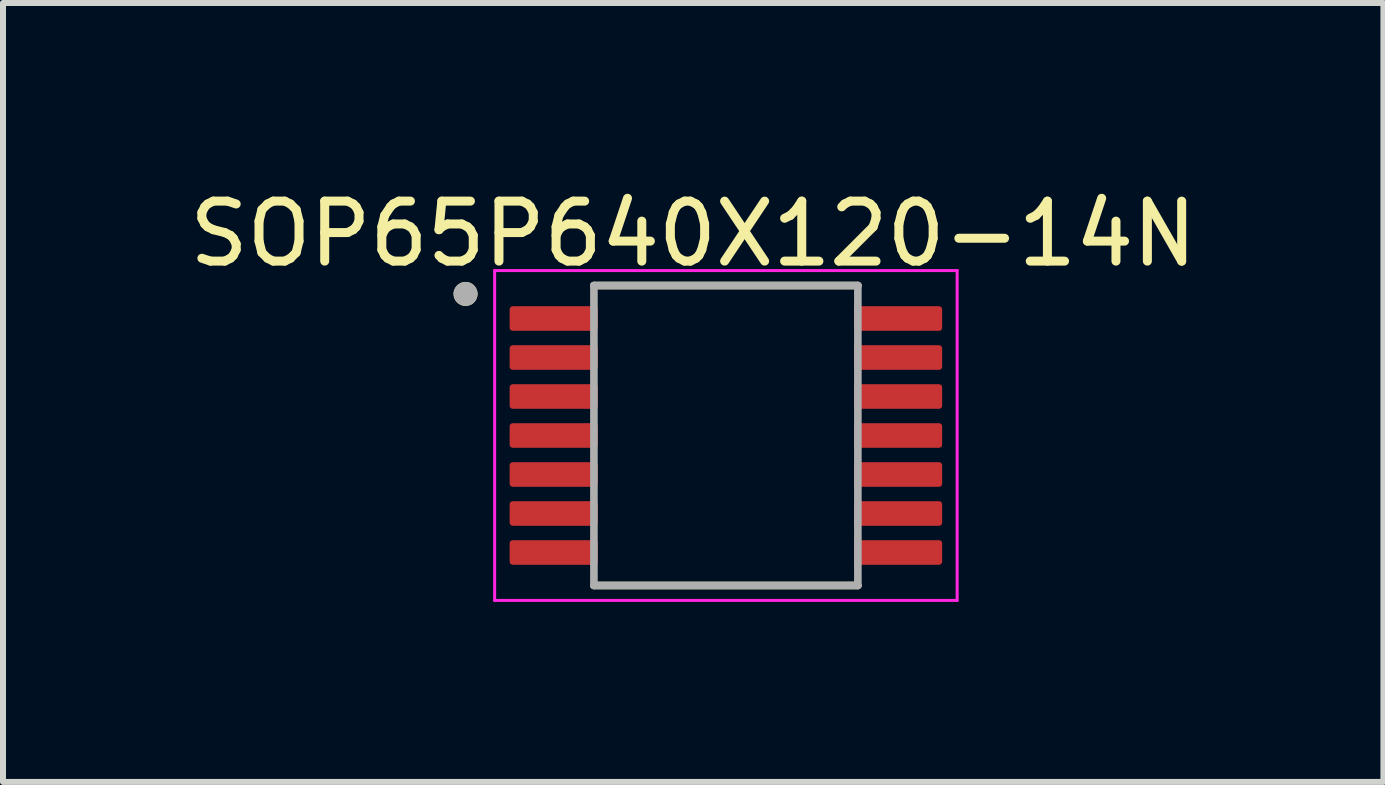
<source format=kicad_pcb>
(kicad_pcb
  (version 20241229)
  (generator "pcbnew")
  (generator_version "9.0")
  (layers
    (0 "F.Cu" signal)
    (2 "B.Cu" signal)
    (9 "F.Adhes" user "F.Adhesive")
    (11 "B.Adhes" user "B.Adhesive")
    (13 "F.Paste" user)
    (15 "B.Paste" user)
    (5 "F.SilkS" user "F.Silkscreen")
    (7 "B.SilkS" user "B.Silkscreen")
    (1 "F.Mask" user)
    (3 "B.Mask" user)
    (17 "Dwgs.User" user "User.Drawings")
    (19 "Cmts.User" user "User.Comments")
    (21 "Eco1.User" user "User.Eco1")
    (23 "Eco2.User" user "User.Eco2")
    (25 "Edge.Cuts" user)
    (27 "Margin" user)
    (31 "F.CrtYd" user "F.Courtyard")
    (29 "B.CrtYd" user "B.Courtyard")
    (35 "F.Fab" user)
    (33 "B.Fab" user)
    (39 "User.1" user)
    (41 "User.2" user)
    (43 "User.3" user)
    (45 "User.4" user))
  (footprint "SOP65P640X120-14N"
    (layer "F.Cu")
    (at 9.051 4.21)
    (property "Reference" "SOP65P640X120-14N" (at -0.545 -3.362 0) (layer "F.SilkS") (effects (font (size 1 1) (thickness 0.15))))
    (attr smd)
    (fp_line (start -2.2 -2.5) (end 2.2 -2.5) (stroke (width 0.127) (type solid)) (layer "F.SilkS"))
    (fp_line (start -2.2 2.5) (end 2.2 2.5) (stroke (width 0.127) (type solid)) (layer "F.SilkS"))
    (fp_circle (center -4.34 -2.36) (end -4.24 -2.36) (stroke (width 0.2) (type solid)) (fill no) (layer "F.SilkS"))
    (fp_line (start -3.855 -2.75) (end -3.855 2.75) (stroke (width 0.05) (type solid)) (layer "F.CrtYd"))
    (fp_line (start -3.855 -2.75) (end 3.855 -2.75) (stroke (width 0.05) (type solid)) (layer "F.CrtYd"))
    (fp_line (start -3.855 2.75) (end 3.855 2.75) (stroke (width 0.05) (type solid)) (layer "F.CrtYd"))
    (fp_line (start 3.855 -2.75) (end 3.855 2.75) (stroke (width 0.05) (type solid)) (layer "F.CrtYd"))
    (fp_line (start -2.2 -2.5) (end -2.2 2.5) (stroke (width 0.127) (type solid)) (layer "F.Fab"))
    (fp_line (start -2.2 -2.5) (end 2.2 -2.5) (stroke (width 0.127) (type solid)) (layer "F.Fab"))
    (fp_line (start -2.2 2.5) (end 2.2 2.5) (stroke (width 0.127) (type solid)) (layer "F.Fab"))
    (fp_line (start 2.2 -2.5) (end 2.2 2.5) (stroke (width 0.127) (type solid)) (layer "F.Fab"))
    (fp_circle (center -4.34 -2.36) (end -4.24 -2.36) (stroke (width 0.2) (type solid)) (fill no) (layer "F.Fab"))
    (pad "1" smd roundrect (at -2.87 -1.95) (size 1.47 0.41) (layers "F.Cu" "F.Mask" "F.Paste") (roundrect_rratio 0.125))
    (pad "2" smd roundrect (at -2.87 -1.3) (size 1.47 0.41) (layers "F.Cu" "F.Mask" "F.Paste") (roundrect_rratio 0.125))
    (pad "3" smd roundrect (at -2.87 -0.65) (size 1.47 0.41) (layers "F.Cu" "F.Mask" "F.Paste") (roundrect_rratio 0.125))
    (pad "4" smd roundrect (at -2.87 0) (size 1.47 0.41) (layers "F.Cu" "F.Mask" "F.Paste") (roundrect_rratio 0.125))
    (pad "5" smd roundrect (at -2.87 0.65) (size 1.47 0.41) (layers "F.Cu" "F.Mask" "F.Paste") (roundrect_rratio 0.125))
    (pad "6" smd roundrect (at -2.87 1.3) (size 1.47 0.41) (layers "F.Cu" "F.Mask" "F.Paste") (roundrect_rratio 0.125))
    (pad "7" smd roundrect (at -2.87 1.95) (size 1.47 0.41) (layers "F.Cu" "F.Mask" "F.Paste") (roundrect_rratio 0.125))
    (pad "8" smd roundrect (at 2.87 1.95) (size 1.47 0.41) (layers "F.Cu" "F.Mask" "F.Paste") (roundrect_rratio 0.125))
    (pad "9" smd roundrect (at 2.87 1.3) (size 1.47 0.41) (layers "F.Cu" "F.Mask" "F.Paste") (roundrect_rratio 0.125))
    (pad "10" smd roundrect (at 2.87 0.65) (size 1.47 0.41) (layers "F.Cu" "F.Mask" "F.Paste") (roundrect_rratio 0.125))
    (pad "11" smd roundrect (at 2.87 0) (size 1.47 0.41) (layers "F.Cu" "F.Mask" "F.Paste") (roundrect_rratio 0.125))
    (pad "12" smd roundrect (at 2.87 -0.65) (size 1.47 0.41) (layers "F.Cu" "F.Mask" "F.Paste") (roundrect_rratio 0.125))
    (pad "13" smd roundrect (at 2.87 -1.3) (size 1.47 0.41) (layers "F.Cu" "F.Mask" "F.Paste") (roundrect_rratio 0.125))
    (pad "14" smd roundrect (at 2.87 -1.95) (size 1.47 0.41) (layers "F.Cu" "F.Mask" "F.Paste") (roundrect_rratio 0.125)))
  (gr_rect
    (start -3 -3)
    (end 20.012 9.985)
    (stroke (width 0.1) (type default))
    (fill no)
    (layer "Edge.Cuts")))
</source>
